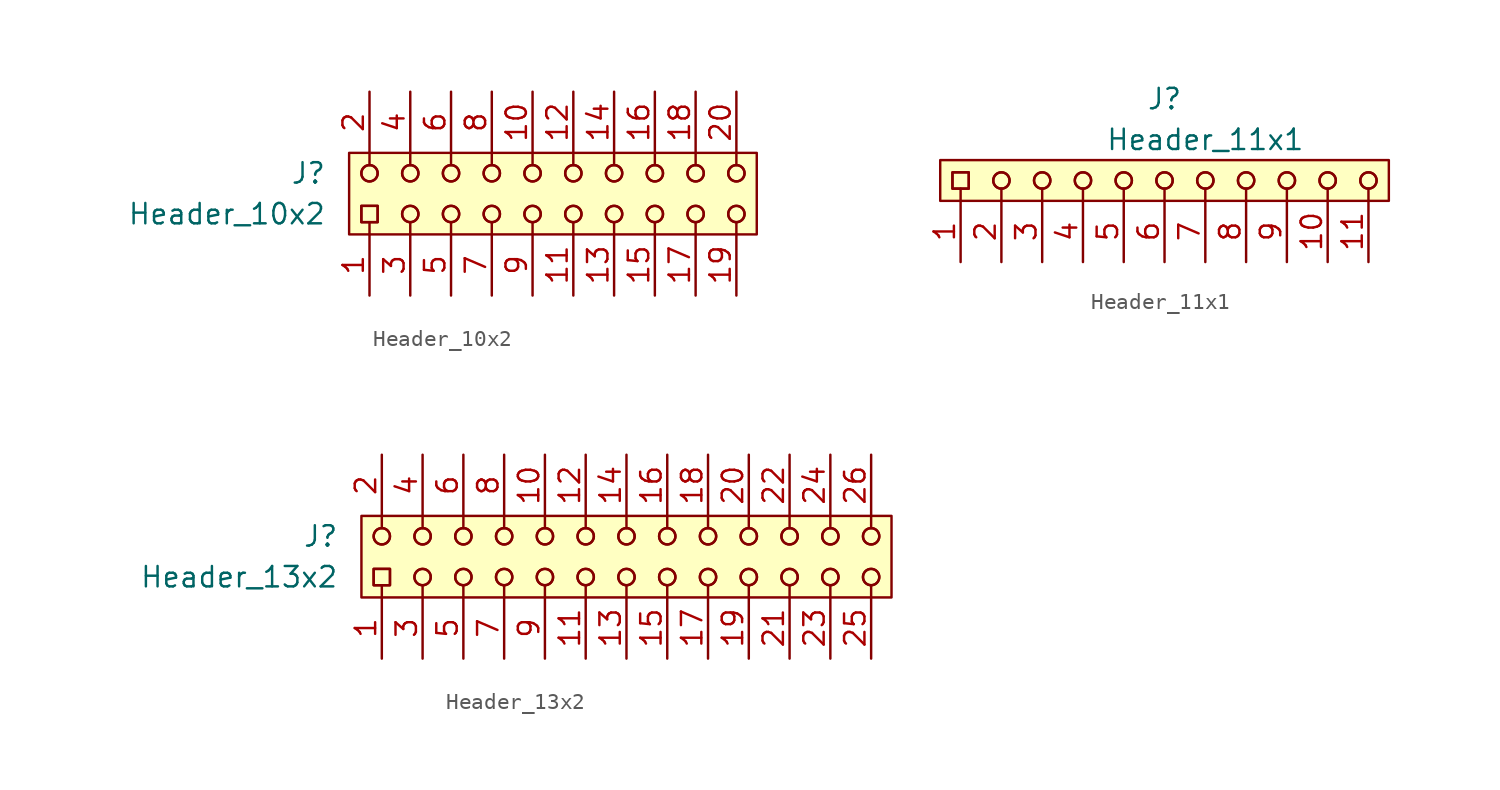
<source format=kicad_sym>
(kicad_symbol_lib
  (version 20220914)
  (generator kicad_symbol_editor)
  (symbol "Header_10x2"
    (pin_names hide)
    (property "Reference" "J"
      (at -13.97 2.54 0)
      (effects (font (size 1.27 1.27))))
    (property "Value" "Header_10x2"
      (at -19.05 0 0)
      (effects (font (size 1.27 1.27))))
    (symbol "Header_10x2_0_0"
      (pin passive line (at -10.16 -5.08 90) (length 3.81) (name "~" (effects (font (size 1.27 1.27)))) (number "1" (effects (font (size 1.27 1.27)))))
      (pin passive line (at 0 7.62 270) (length 3.81) (name "~" (effects (font (size 1.27 1.27)))) (number "10" (effects (font (size 1.27 1.27)))))
      (pin passive line (at 2.54 -5.08 90) (length 3.81) (name "~" (effects (font (size 1.27 1.27)))) (number "11" (effects (font (size 1.27 1.27)))))
      (pin passive line (at 2.54 7.62 270) (length 3.81) (name "~" (effects (font (size 1.27 1.27)))) (number "12" (effects (font (size 1.27 1.27)))))
      (pin passive line (at 5.08 -5.08 90) (length 3.81) (name "~" (effects (font (size 1.27 1.27)))) (number "13" (effects (font (size 1.27 1.27)))))
      (pin passive line (at 5.08 7.62 270) (length 3.81) (name "~" (effects (font (size 1.27 1.27)))) (number "14" (effects (font (size 1.27 1.27)))))
      (pin passive line (at 7.62 -5.08 90) (length 3.81) (name "~" (effects (font (size 1.27 1.27)))) (number "15" (effects (font (size 1.27 1.27)))))
      (pin passive line (at 7.62 7.62 270) (length 3.81) (name "~" (effects (font (size 1.27 1.27)))) (number "16" (effects (font (size 1.27 1.27)))))
      (pin passive line (at 10.16 -5.08 90) (length 3.81) (name "~" (effects (font (size 1.27 1.27)))) (number "17" (effects (font (size 1.27 1.27)))))
      (pin passive line (at 10.16 7.62 270) (length 3.81) (name "~" (effects (font (size 1.27 1.27)))) (number "18" (effects (font (size 1.27 1.27)))))
      (pin passive line (at 12.7 -5.08 90) (length 3.81) (name "~" (effects (font (size 1.27 1.27)))) (number "19" (effects (font (size 1.27 1.27)))))
      (pin passive line (at -10.16 7.62 270) (length 3.81) (name "~" (effects (font (size 1.27 1.27)))) (number "2" (effects (font (size 1.27 1.27)))))
      (pin passive line (at 12.7 7.62 270) (length 3.81) (name "~" (effects (font (size 1.27 1.27)))) (number "20" (effects (font (size 1.27 1.27)))))
      (pin passive line (at -7.62 -5.08 90) (length 3.81) (name "~" (effects (font (size 1.27 1.27)))) (number "3" (effects (font (size 1.27 1.27)))))
      (pin passive line (at -7.62 7.62 270) (length 3.81) (name "~" (effects (font (size 1.27 1.27)))) (number "4" (effects (font (size 1.27 1.27)))))
      (pin passive line (at -5.08 -5.08 90) (length 3.81) (name "~" (effects (font (size 1.27 1.27)))) (number "5" (effects (font (size 1.27 1.27)))))
      (pin passive line (at -5.08 7.62 270) (length 3.81) (name "~" (effects (font (size 1.27 1.27)))) (number "6" (effects (font (size 1.27 1.27)))))
      (pin passive line (at -2.54 -5.08 90) (length 3.81) (name "~" (effects (font (size 1.27 1.27)))) (number "7" (effects (font (size 1.27 1.27)))))
      (pin passive line (at -2.54 7.62 270) (length 3.81) (name "~" (effects (font (size 1.27 1.27)))) (number "8" (effects (font (size 1.27 1.27)))))
      (pin passive line (at 0 -5.08 90) (length 3.81) (name "~" (effects (font (size 1.27 1.27)))) (number "9" (effects (font (size 1.27 1.27))))))
    (symbol "Header_10x2_0_1"
      (rectangle (start -11.43 3.81) (end 13.97 -1.27) (stroke (width 0.152) (type default)) (fill (type background)))
      (rectangle (start -10.668 0.508) (end -9.652 -0.508) (stroke (width 0) (type default)) (fill (type none)))
      (rectangle (start -10.668 0.508) (end -9.652 -0.508) (stroke (width 0) (type default)) (fill (type none)))
      (circle (center -10.16 2.54) (radius 0.508) (stroke (width 0) (type default)) (fill (type none)))
      (circle (center -10.16 2.54) (radius 0.508) (stroke (width 0) (type default)) (fill (type none)))
      (circle (center -7.62 0) (radius 0.508) (stroke (width 0) (type default)) (fill (type none)))
      (circle (center -7.62 0) (radius 0.508) (stroke (width 0) (type default)) (fill (type none)))
      (circle (center -7.62 2.54) (radius 0.508) (stroke (width 0) (type default)) (fill (type none)))
      (circle (center -7.62 2.54) (radius 0.508) (stroke (width 0) (type default)) (fill (type none)))
      (circle (center -5.08 0) (radius 0.508) (stroke (width 0) (type default)) (fill (type none)))
      (circle (center -5.08 0) (radius 0.508) (stroke (width 0) (type default)) (fill (type none)))
      (circle (center -5.08 2.54) (radius 0.508) (stroke (width 0) (type default)) (fill (type none)))
      (circle (center -5.08 2.54) (radius 0.508) (stroke (width 0) (type default)) (fill (type none)))
      (circle (center -2.54 0) (radius 0.508) (stroke (width 0) (type default)) (fill (type none)))
      (circle (center -2.54 0) (radius 0.508) (stroke (width 0) (type default)) (fill (type none)))
      (circle (center -2.54 2.54) (radius 0.508) (stroke (width 0) (type default)) (fill (type none)))
      (circle (center -2.54 2.54) (radius 0.508) (stroke (width 0) (type default)) (fill (type none)))
      (polyline (pts (xy -10.16 -0.508) (xy -10.16 -1.27)) (stroke (width 0) (type default)) (fill (type none)))
      (polyline (pts (xy -10.16 3.048) (xy -10.16 3.81)) (stroke (width 0) (type default)) (fill (type none)))
      (polyline (pts (xy -7.62 -0.508) (xy -7.62 -1.27)) (stroke (width 0) (type default)) (fill (type none)))
      (polyline (pts (xy -7.62 3.048) (xy -7.62 3.81)) (stroke (width 0) (type default)) (fill (type none)))
      (polyline (pts (xy -5.08 -0.508) (xy -5.08 -1.27)) (stroke (width 0) (type default)) (fill (type none)))
      (polyline (pts (xy -5.08 3.048) (xy -5.08 3.81)) (stroke (width 0) (type default)) (fill (type none)))
      (polyline (pts (xy -2.54 -0.508) (xy -2.54 -1.27)) (stroke (width 0) (type default)) (fill (type none)))
      (polyline (pts (xy -2.54 3.048) (xy -2.54 3.81)) (stroke (width 0) (type default)) (fill (type none)))
      (polyline (pts (xy 0 -0.508) (xy 0 -1.27)) (stroke (width 0) (type default)) (fill (type none)))
      (polyline (pts (xy 0 3.048) (xy 0 3.81)) (stroke (width 0) (type default)) (fill (type none)))
      (polyline (pts (xy 2.54 -0.508) (xy 2.54 -1.27)) (stroke (width 0) (type default)) (fill (type none)))
      (polyline (pts (xy 2.54 3.048) (xy 2.54 3.81)) (stroke (width 0) (type default)) (fill (type none)))
      (polyline (pts (xy 5.08 -0.508) (xy 5.08 -1.27)) (stroke (width 0) (type default)) (fill (type none)))
      (polyline (pts (xy 5.08 3.048) (xy 5.08 3.81)) (stroke (width 0) (type default)) (fill (type none)))
      (polyline (pts (xy 7.62 -0.508) (xy 7.62 -1.27)) (stroke (width 0) (type default)) (fill (type none)))
      (polyline (pts (xy 7.62 3.048) (xy 7.62 3.81)) (stroke (width 0) (type default)) (fill (type none)))
      (polyline (pts (xy 10.16 -0.508) (xy 10.16 -1.27)) (stroke (width 0) (type default)) (fill (type none)))
      (polyline (pts (xy 10.16 3.048) (xy 10.16 3.81)) (stroke (width 0) (type default)) (fill (type none)))
      (polyline (pts (xy 12.7 -0.508) (xy 12.7 -1.27)) (stroke (width 0) (type default)) (fill (type none)))
      (polyline (pts (xy 12.7 3.048) (xy 12.7 3.81)) (stroke (width 0) (type default)) (fill (type none)))
      (circle (center 0 0) (radius 0.508) (stroke (width 0) (type default)) (fill (type none)))
      (circle (center 0 0) (radius 0.508) (stroke (width 0) (type default)) (fill (type none)))
      (circle (center 0 2.54) (radius 0.508) (stroke (width 0) (type default)) (fill (type none)))
      (circle (center 0 2.54) (radius 0.508) (stroke (width 0) (type default)) (fill (type none)))
      (circle (center 2.54 0) (radius 0.508) (stroke (width 0) (type default)) (fill (type none)))
      (circle (center 2.54 0) (radius 0.508) (stroke (width 0) (type default)) (fill (type none)))
      (circle (center 2.54 2.54) (radius 0.508) (stroke (width 0) (type default)) (fill (type none)))
      (circle (center 2.54 2.54) (radius 0.508) (stroke (width 0) (type default)) (fill (type none)))
      (circle (center 5.08 0) (radius 0.508) (stroke (width 0) (type default)) (fill (type none)))
      (circle (center 5.08 0) (radius 0.508) (stroke (width 0) (type default)) (fill (type none)))
      (circle (center 5.08 2.54) (radius 0.508) (stroke (width 0) (type default)) (fill (type none)))
      (circle (center 5.08 2.54) (radius 0.508) (stroke (width 0) (type default)) (fill (type none)))
      (circle (center 7.62 0) (radius 0.508) (stroke (width 0) (type default)) (fill (type none)))
      (circle (center 7.62 0) (radius 0.508) (stroke (width 0) (type default)) (fill (type none)))
      (circle (center 7.62 2.54) (radius 0.508) (stroke (width 0) (type default)) (fill (type none)))
      (circle (center 7.62 2.54) (radius 0.508) (stroke (width 0) (type default)) (fill (type none)))
      (circle (center 10.16 0) (radius 0.508) (stroke (width 0) (type default)) (fill (type none)))
      (circle (center 10.16 0) (radius 0.508) (stroke (width 0) (type default)) (fill (type none)))
      (circle (center 10.16 2.54) (radius 0.508) (stroke (width 0) (type default)) (fill (type none)))
      (circle (center 10.16 2.54) (radius 0.508) (stroke (width 0) (type default)) (fill (type none)))
      (circle (center 12.7 0) (radius 0.508) (stroke (width 0) (type default)) (fill (type none)))
      (circle (center 12.7 0) (radius 0.508) (stroke (width 0) (type default)) (fill (type none)))
      (circle (center 12.7 2.54) (radius 0.508) (stroke (width 0) (type default)) (fill (type none)))
      (circle (center 12.7 2.54) (radius 0.508) (stroke (width 0) (type default)) (fill (type none)))))
  (symbol "Header_11x1"
    (pin_names hide)
    (property "Reference" "J"
      (at 0 5.08 0)
      (effects (font (size 1.27 1.27))))
    (property "Value" "Header_11x1"
      (at 2.54 2.54 0)
      (effects (font (size 1.27 1.27))))
    (symbol "Header_11x1_1_1"
      (rectangle (start -13.97 1.27) (end 13.97 -1.27) (stroke (width 0.152) (type default)) (fill (type background)))
      (rectangle (start -13.208 0.508) (end -12.192 -0.508) (stroke (width 0) (type default)) (fill (type none)))
      (rectangle (start -13.208 0.508) (end -12.192 -0.508) (stroke (width 0) (type default)) (fill (type none)))
      (circle (center -10.16 0) (radius 0.508) (stroke (width 0) (type default)) (fill (type none)))
      (circle (center -10.16 0) (radius 0.508) (stroke (width 0) (type default)) (fill (type none)))
      (circle (center -7.62 0) (radius 0.508) (stroke (width 0) (type default)) (fill (type none)))
      (circle (center -7.62 0) (radius 0.508) (stroke (width 0) (type default)) (fill (type none)))
      (circle (center -5.08 0) (radius 0.508) (stroke (width 0) (type default)) (fill (type none)))
      (circle (center -5.08 0) (radius 0.508) (stroke (width 0) (type default)) (fill (type none)))
      (circle (center -2.54 0) (radius 0.508) (stroke (width 0) (type default)) (fill (type none)))
      (circle (center -2.54 0) (radius 0.508) (stroke (width 0) (type default)) (fill (type none)))
      (polyline (pts (xy -12.7 -0.508) (xy -12.7 -1.27)) (stroke (width 0) (type default)) (fill (type none)))
      (polyline (pts (xy -10.16 -0.508) (xy -10.16 -1.27)) (stroke (width 0) (type default)) (fill (type none)))
      (polyline (pts (xy -7.62 -0.508) (xy -7.62 -1.27)) (stroke (width 0) (type default)) (fill (type none)))
      (polyline (pts (xy -5.08 -0.508) (xy -5.08 -1.27)) (stroke (width 0) (type default)) (fill (type none)))
      (polyline (pts (xy -2.54 -0.508) (xy -2.54 -1.27)) (stroke (width 0) (type default)) (fill (type none)))
      (polyline (pts (xy 0 -0.508) (xy 0 -1.27)) (stroke (width 0) (type default)) (fill (type none)))
      (polyline (pts (xy 2.54 -0.508) (xy 2.54 -1.27)) (stroke (width 0) (type default)) (fill (type none)))
      (polyline (pts (xy 5.08 -0.508) (xy 5.08 -1.27)) (stroke (width 0) (type default)) (fill (type none)))
      (polyline (pts (xy 7.62 -0.508) (xy 7.62 -1.27)) (stroke (width 0) (type default)) (fill (type none)))
      (polyline (pts (xy 10.16 -0.508) (xy 10.16 -1.27)) (stroke (width 0) (type default)) (fill (type none)))
      (polyline (pts (xy 12.7 -0.508) (xy 12.7 -1.27)) (stroke (width 0) (type default)) (fill (type none)))
      (circle (center 0 0) (radius 0.508) (stroke (width 0) (type default)) (fill (type none)))
      (circle (center 0 0) (radius 0.508) (stroke (width 0) (type default)) (fill (type none)))
      (circle (center 2.54 0) (radius 0.508) (stroke (width 0) (type default)) (fill (type none)))
      (circle (center 2.54 0) (radius 0.508) (stroke (width 0) (type default)) (fill (type none)))
      (circle (center 5.08 0) (radius 0.508) (stroke (width 0) (type default)) (fill (type none)))
      (circle (center 5.08 0) (radius 0.508) (stroke (width 0) (type default)) (fill (type none)))
      (circle (center 7.62 0) (radius 0.508) (stroke (width 0) (type default)) (fill (type none)))
      (circle (center 7.62 0) (radius 0.508) (stroke (width 0) (type default)) (fill (type none)))
      (circle (center 10.16 0) (radius 0.508) (stroke (width 0) (type default)) (fill (type none)))
      (circle (center 10.16 0) (radius 0.508) (stroke (width 0) (type default)) (fill (type none)))
      (circle (center 12.7 0) (radius 0.508) (stroke (width 0) (type default)) (fill (type none)))
      (circle (center 12.7 0) (radius 0.508) (stroke (width 0) (type default)) (fill (type none)))
      (pin passive line (at -12.7 -5.08 90) (length 3.81) (name "~" (effects (font (size 1.27 1.27)))) (number "1" (effects (font (size 1.27 1.27)))))
      (pin passive line (at 10.16 -5.08 90) (length 3.81) (name "~" (effects (font (size 1.27 1.27)))) (number "10" (effects (font (size 1.27 1.27)))))
      (pin passive line (at 12.7 -5.08 90) (length 3.81) (name "~" (effects (font (size 1.27 1.27)))) (number "11" (effects (font (size 1.27 1.27)))))
      (pin passive line (at -10.16 -5.08 90) (length 3.81) (name "~" (effects (font (size 1.27 1.27)))) (number "2" (effects (font (size 1.27 1.27)))))
      (pin passive line (at -7.62 -5.08 90) (length 3.81) (name "~" (effects (font (size 1.27 1.27)))) (number "3" (effects (font (size 1.27 1.27)))))
      (pin passive line (at -5.08 -5.08 90) (length 3.81) (name "~" (effects (font (size 1.27 1.27)))) (number "4" (effects (font (size 1.27 1.27)))))
      (pin passive line (at -2.54 -5.08 90) (length 3.81) (name "~" (effects (font (size 1.27 1.27)))) (number "5" (effects (font (size 1.27 1.27)))))
      (pin passive line (at 0 -5.08 90) (length 3.81) (name "~" (effects (font (size 1.27 1.27)))) (number "6" (effects (font (size 1.27 1.27)))))
      (pin passive line (at 2.54 -5.08 90) (length 3.81) (name "~" (effects (font (size 1.27 1.27)))) (number "7" (effects (font (size 1.27 1.27)))))
      (pin passive line (at 5.08 -5.08 90) (length 3.81) (name "~" (effects (font (size 1.27 1.27)))) (number "8" (effects (font (size 1.27 1.27)))))
      (pin passive line (at 7.62 -5.08 90) (length 3.81) (name "~" (effects (font (size 1.27 1.27)))) (number "9" (effects (font (size 1.27 1.27)))))))
  (symbol "Header_13x2"
    (pin_names hide)
    (property "Reference" "J"
      (at -19.05 2.54 0)
      (effects (font (size 1.27 1.27))))
    (property "Value" "Header_13x2"
      (at -24.13 0 0)
      (effects (font (size 1.27 1.27))))
    (symbol "Header_13x2_0_0"
      (pin passive line (at -15.24 -5.08 90) (length 3.81) (name "~" (effects (font (size 1.27 1.27)))) (number "1" (effects (font (size 1.27 1.27)))))
      (pin passive line (at -5.08 7.62 270) (length 3.81) (name "~" (effects (font (size 1.27 1.27)))) (number "10" (effects (font (size 1.27 1.27)))))
      (pin passive line (at -2.54 -5.08 90) (length 3.81) (name "~" (effects (font (size 1.27 1.27)))) (number "11" (effects (font (size 1.27 1.27)))))
      (pin passive line (at -2.54 7.62 270) (length 3.81) (name "~" (effects (font (size 1.27 1.27)))) (number "12" (effects (font (size 1.27 1.27)))))
      (pin passive line (at 0 -5.08 90) (length 3.81) (name "~" (effects (font (size 1.27 1.27)))) (number "13" (effects (font (size 1.27 1.27)))))
      (pin passive line (at 0 7.62 270) (length 3.81) (name "~" (effects (font (size 1.27 1.27)))) (number "14" (effects (font (size 1.27 1.27)))))
      (pin passive line (at 2.54 -5.08 90) (length 3.81) (name "~" (effects (font (size 1.27 1.27)))) (number "15" (effects (font (size 1.27 1.27)))))
      (pin passive line (at 2.54 7.62 270) (length 3.81) (name "~" (effects (font (size 1.27 1.27)))) (number "16" (effects (font (size 1.27 1.27)))))
      (pin passive line (at 5.08 -5.08 90) (length 3.81) (name "~" (effects (font (size 1.27 1.27)))) (number "17" (effects (font (size 1.27 1.27)))))
      (pin passive line (at 5.08 7.62 270) (length 3.81) (name "~" (effects (font (size 1.27 1.27)))) (number "18" (effects (font (size 1.27 1.27)))))
      (pin passive line (at 7.62 -5.08 90) (length 3.81) (name "~" (effects (font (size 1.27 1.27)))) (number "19" (effects (font (size 1.27 1.27)))))
      (pin passive line (at -15.24 7.62 270) (length 3.81) (name "~" (effects (font (size 1.27 1.27)))) (number "2" (effects (font (size 1.27 1.27)))))
      (pin passive line (at 7.62 7.62 270) (length 3.81) (name "~" (effects (font (size 1.27 1.27)))) (number "20" (effects (font (size 1.27 1.27)))))
      (pin passive line (at 10.16 -5.08 90) (length 3.81) (name "~" (effects (font (size 1.27 1.27)))) (number "21" (effects (font (size 1.27 1.27)))))
      (pin passive line (at 10.16 7.62 270) (length 3.81) (name "~" (effects (font (size 1.27 1.27)))) (number "22" (effects (font (size 1.27 1.27)))))
      (pin passive line (at 12.7 -5.08 90) (length 3.81) (name "~" (effects (font (size 1.27 1.27)))) (number "23" (effects (font (size 1.27 1.27)))))
      (pin passive line (at 12.7 7.62 270) (length 3.81) (name "~" (effects (font (size 1.27 1.27)))) (number "24" (effects (font (size 1.27 1.27)))))
      (pin passive line (at 15.24 -5.08 90) (length 3.81) (name "~" (effects (font (size 1.27 1.27)))) (number "25" (effects (font (size 1.27 1.27)))))
      (pin passive line (at 15.24 7.62 270) (length 3.81) (name "~" (effects (font (size 1.27 1.27)))) (number "26" (effects (font (size 1.27 1.27)))))
      (pin passive line (at -12.7 -5.08 90) (length 3.81) (name "~" (effects (font (size 1.27 1.27)))) (number "3" (effects (font (size 1.27 1.27)))))
      (pin passive line (at -12.7 7.62 270) (length 3.81) (name "~" (effects (font (size 1.27 1.27)))) (number "4" (effects (font (size 1.27 1.27)))))
      (pin passive line (at -10.16 -5.08 90) (length 3.81) (name "~" (effects (font (size 1.27 1.27)))) (number "5" (effects (font (size 1.27 1.27)))))
      (pin passive line (at -10.16 7.62 270) (length 3.81) (name "~" (effects (font (size 1.27 1.27)))) (number "6" (effects (font (size 1.27 1.27)))))
      (pin passive line (at -7.62 -5.08 90) (length 3.81) (name "~" (effects (font (size 1.27 1.27)))) (number "7" (effects (font (size 1.27 1.27)))))
      (pin passive line (at -7.62 7.62 270) (length 3.81) (name "~" (effects (font (size 1.27 1.27)))) (number "8" (effects (font (size 1.27 1.27)))))
      (pin passive line (at -5.08 -5.08 90) (length 3.81) (name "~" (effects (font (size 1.27 1.27)))) (number "9" (effects (font (size 1.27 1.27))))))
    (symbol "Header_13x2_0_1"
      (rectangle (start -16.51 3.81) (end 16.51 -1.27) (stroke (width 0.152) (type default)) (fill (type background)))
      (rectangle (start -15.748 0.508) (end -14.732 -0.508) (stroke (width 0) (type default)) (fill (type none)))
      (rectangle (start -15.748 0.508) (end -14.732 -0.508) (stroke (width 0) (type default)) (fill (type none)))
      (circle (center -15.24 2.54) (radius 0.508) (stroke (width 0) (type default)) (fill (type none)))
      (circle (center -15.24 2.54) (radius 0.508) (stroke (width 0) (type default)) (fill (type none)))
      (circle (center -12.7 0) (radius 0.508) (stroke (width 0) (type default)) (fill (type none)))
      (circle (center -12.7 0) (radius 0.508) (stroke (width 0) (type default)) (fill (type none)))
      (circle (center -12.7 2.54) (radius 0.508) (stroke (width 0) (type default)) (fill (type none)))
      (circle (center -12.7 2.54) (radius 0.508) (stroke (width 0) (type default)) (fill (type none)))
      (circle (center -10.16 0) (radius 0.508) (stroke (width 0) (type default)) (fill (type none)))
      (circle (center -10.16 0) (radius 0.508) (stroke (width 0) (type default)) (fill (type none)))
      (circle (center -10.16 2.54) (radius 0.508) (stroke (width 0) (type default)) (fill (type none)))
      (circle (center -10.16 2.54) (radius 0.508) (stroke (width 0) (type default)) (fill (type none)))
      (circle (center -7.62 0) (radius 0.508) (stroke (width 0) (type default)) (fill (type none)))
      (circle (center -7.62 0) (radius 0.508) (stroke (width 0) (type default)) (fill (type none)))
      (circle (center -7.62 2.54) (radius 0.508) (stroke (width 0) (type default)) (fill (type none)))
      (circle (center -7.62 2.54) (radius 0.508) (stroke (width 0) (type default)) (fill (type none)))
      (circle (center -5.08 0) (radius 0.508) (stroke (width 0) (type default)) (fill (type none)))
      (circle (center -5.08 0) (radius 0.508) (stroke (width 0) (type default)) (fill (type none)))
      (circle (center -5.08 2.54) (radius 0.508) (stroke (width 0) (type default)) (fill (type none)))
      (circle (center -5.08 2.54) (radius 0.508) (stroke (width 0) (type default)) (fill (type none)))
      (circle (center -2.54 0) (radius 0.508) (stroke (width 0) (type default)) (fill (type none)))
      (circle (center -2.54 0) (radius 0.508) (stroke (width 0) (type default)) (fill (type none)))
      (circle (center -2.54 2.54) (radius 0.508) (stroke (width 0) (type default)) (fill (type none)))
      (circle (center -2.54 2.54) (radius 0.508) (stroke (width 0) (type default)) (fill (type none)))
      (polyline (pts (xy -15.24 -0.508) (xy -15.24 -1.27)) (stroke (width 0) (type default)) (fill (type none)))
      (polyline (pts (xy -15.24 3.048) (xy -15.24 3.81)) (stroke (width 0) (type default)) (fill (type none)))
      (polyline (pts (xy -12.7 -0.508) (xy -12.7 -1.27)) (stroke (width 0) (type default)) (fill (type none)))
      (polyline (pts (xy -12.7 3.048) (xy -12.7 3.81)) (stroke (width 0) (type default)) (fill (type none)))
      (polyline (pts (xy -10.16 -0.508) (xy -10.16 -1.27)) (stroke (width 0) (type default)) (fill (type none)))
      (polyline (pts (xy -10.16 3.048) (xy -10.16 3.81)) (stroke (width 0) (type default)) (fill (type none)))
      (polyline (pts (xy -7.62 -0.508) (xy -7.62 -1.27)) (stroke (width 0) (type default)) (fill (type none)))
      (polyline (pts (xy -7.62 3.048) (xy -7.62 3.81)) (stroke (width 0) (type default)) (fill (type none)))
      (polyline (pts (xy -5.08 -0.508) (xy -5.08 -1.27)) (stroke (width 0) (type default)) (fill (type none)))
      (polyline (pts (xy -5.08 3.048) (xy -5.08 3.81)) (stroke (width 0) (type default)) (fill (type none)))
      (polyline (pts (xy -2.54 -0.508) (xy -2.54 -1.27)) (stroke (width 0) (type default)) (fill (type none)))
      (polyline (pts (xy -2.54 3.048) (xy -2.54 3.81)) (stroke (width 0) (type default)) (fill (type none)))
      (polyline (pts (xy 0 -0.508) (xy 0 -1.27)) (stroke (width 0) (type default)) (fill (type none)))
      (polyline (pts (xy 0 3.048) (xy 0 3.81)) (stroke (width 0) (type default)) (fill (type none)))
      (polyline (pts (xy 2.54 -0.508) (xy 2.54 -1.27)) (stroke (width 0) (type default)) (fill (type none)))
      (polyline (pts (xy 2.54 3.048) (xy 2.54 3.81)) (stroke (width 0) (type default)) (fill (type none)))
      (polyline (pts (xy 5.08 -0.508) (xy 5.08 -1.27)) (stroke (width 0) (type default)) (fill (type none)))
      (polyline (pts (xy 5.08 3.048) (xy 5.08 3.81)) (stroke (width 0) (type default)) (fill (type none)))
      (polyline (pts (xy 7.62 -0.508) (xy 7.62 -1.27)) (stroke (width 0) (type default)) (fill (type none)))
      (polyline (pts (xy 7.62 3.048) (xy 7.62 3.81)) (stroke (width 0) (type default)) (fill (type none)))
      (polyline (pts (xy 10.16 -0.508) (xy 10.16 -1.27)) (stroke (width 0) (type default)) (fill (type none)))
      (polyline (pts (xy 10.16 3.048) (xy 10.16 3.81)) (stroke (width 0) (type default)) (fill (type none)))
      (polyline (pts (xy 12.7 -0.508) (xy 12.7 -1.27)) (stroke (width 0) (type default)) (fill (type none)))
      (polyline (pts (xy 12.7 3.048) (xy 12.7 3.81)) (stroke (width 0) (type default)) (fill (type none)))
      (polyline (pts (xy 15.24 -0.508) (xy 15.24 -1.27)) (stroke (width 0) (type default)) (fill (type none)))
      (polyline (pts (xy 15.24 3.048) (xy 15.24 3.81)) (stroke (width 0) (type default)) (fill (type none)))
      (circle (center 0 0) (radius 0.508) (stroke (width 0) (type default)) (fill (type none)))
      (circle (center 0 0) (radius 0.508) (stroke (width 0) (type default)) (fill (type none)))
      (circle (center 0 2.54) (radius 0.508) (stroke (width 0) (type default)) (fill (type none)))
      (circle (center 0 2.54) (radius 0.508) (stroke (width 0) (type default)) (fill (type none)))
      (circle (center 2.54 0) (radius 0.508) (stroke (width 0) (type default)) (fill (type none)))
      (circle (center 2.54 0) (radius 0.508) (stroke (width 0) (type default)) (fill (type none)))
      (circle (center 2.54 2.54) (radius 0.508) (stroke (width 0) (type default)) (fill (type none)))
      (circle (center 2.54 2.54) (radius 0.508) (stroke (width 0) (type default)) (fill (type none)))
      (circle (center 5.08 0) (radius 0.508) (stroke (width 0) (type default)) (fill (type none)))
      (circle (center 5.08 0) (radius 0.508) (stroke (width 0) (type default)) (fill (type none)))
      (circle (center 5.08 2.54) (radius 0.508) (stroke (width 0) (type default)) (fill (type none)))
      (circle (center 5.08 2.54) (radius 0.508) (stroke (width 0) (type default)) (fill (type none)))
      (circle (center 7.62 0) (radius 0.508) (stroke (width 0) (type default)) (fill (type none)))
      (circle (center 7.62 0) (radius 0.508) (stroke (width 0) (type default)) (fill (type none)))
      (circle (center 7.62 2.54) (radius 0.508) (stroke (width 0) (type default)) (fill (type none)))
      (circle (center 7.62 2.54) (radius 0.508) (stroke (width 0) (type default)) (fill (type none)))
      (circle (center 10.16 0) (radius 0.508) (stroke (width 0) (type default)) (fill (type none)))
      (circle (center 10.16 0) (radius 0.508) (stroke (width 0) (type default)) (fill (type none)))
      (circle (center 10.16 2.54) (radius 0.508) (stroke (width 0) (type default)) (fill (type none)))
      (circle (center 10.16 2.54) (radius 0.508) (stroke (width 0) (type default)) (fill (type none)))
      (circle (center 12.7 0) (radius 0.508) (stroke (width 0) (type default)) (fill (type none)))
      (circle (center 12.7 0) (radius 0.508) (stroke (width 0) (type default)) (fill (type none)))
      (circle (center 12.7 2.54) (radius 0.508) (stroke (width 0) (type default)) (fill (type none)))
      (circle (center 12.7 2.54) (radius 0.508) (stroke (width 0) (type default)) (fill (type none)))
      (circle (center 15.24 0) (radius 0.508) (stroke (width 0) (type default)) (fill (type none)))
      (circle (center 15.24 0) (radius 0.508) (stroke (width 0) (type default)) (fill (type none)))
      (circle (center 15.24 2.54) (radius 0.508) (stroke (width 0) (type default)) (fill (type none)))
      (circle (center 15.24 2.54) (radius 0.508) (stroke (width 0) (type default)) (fill (type none))))))
</source>
